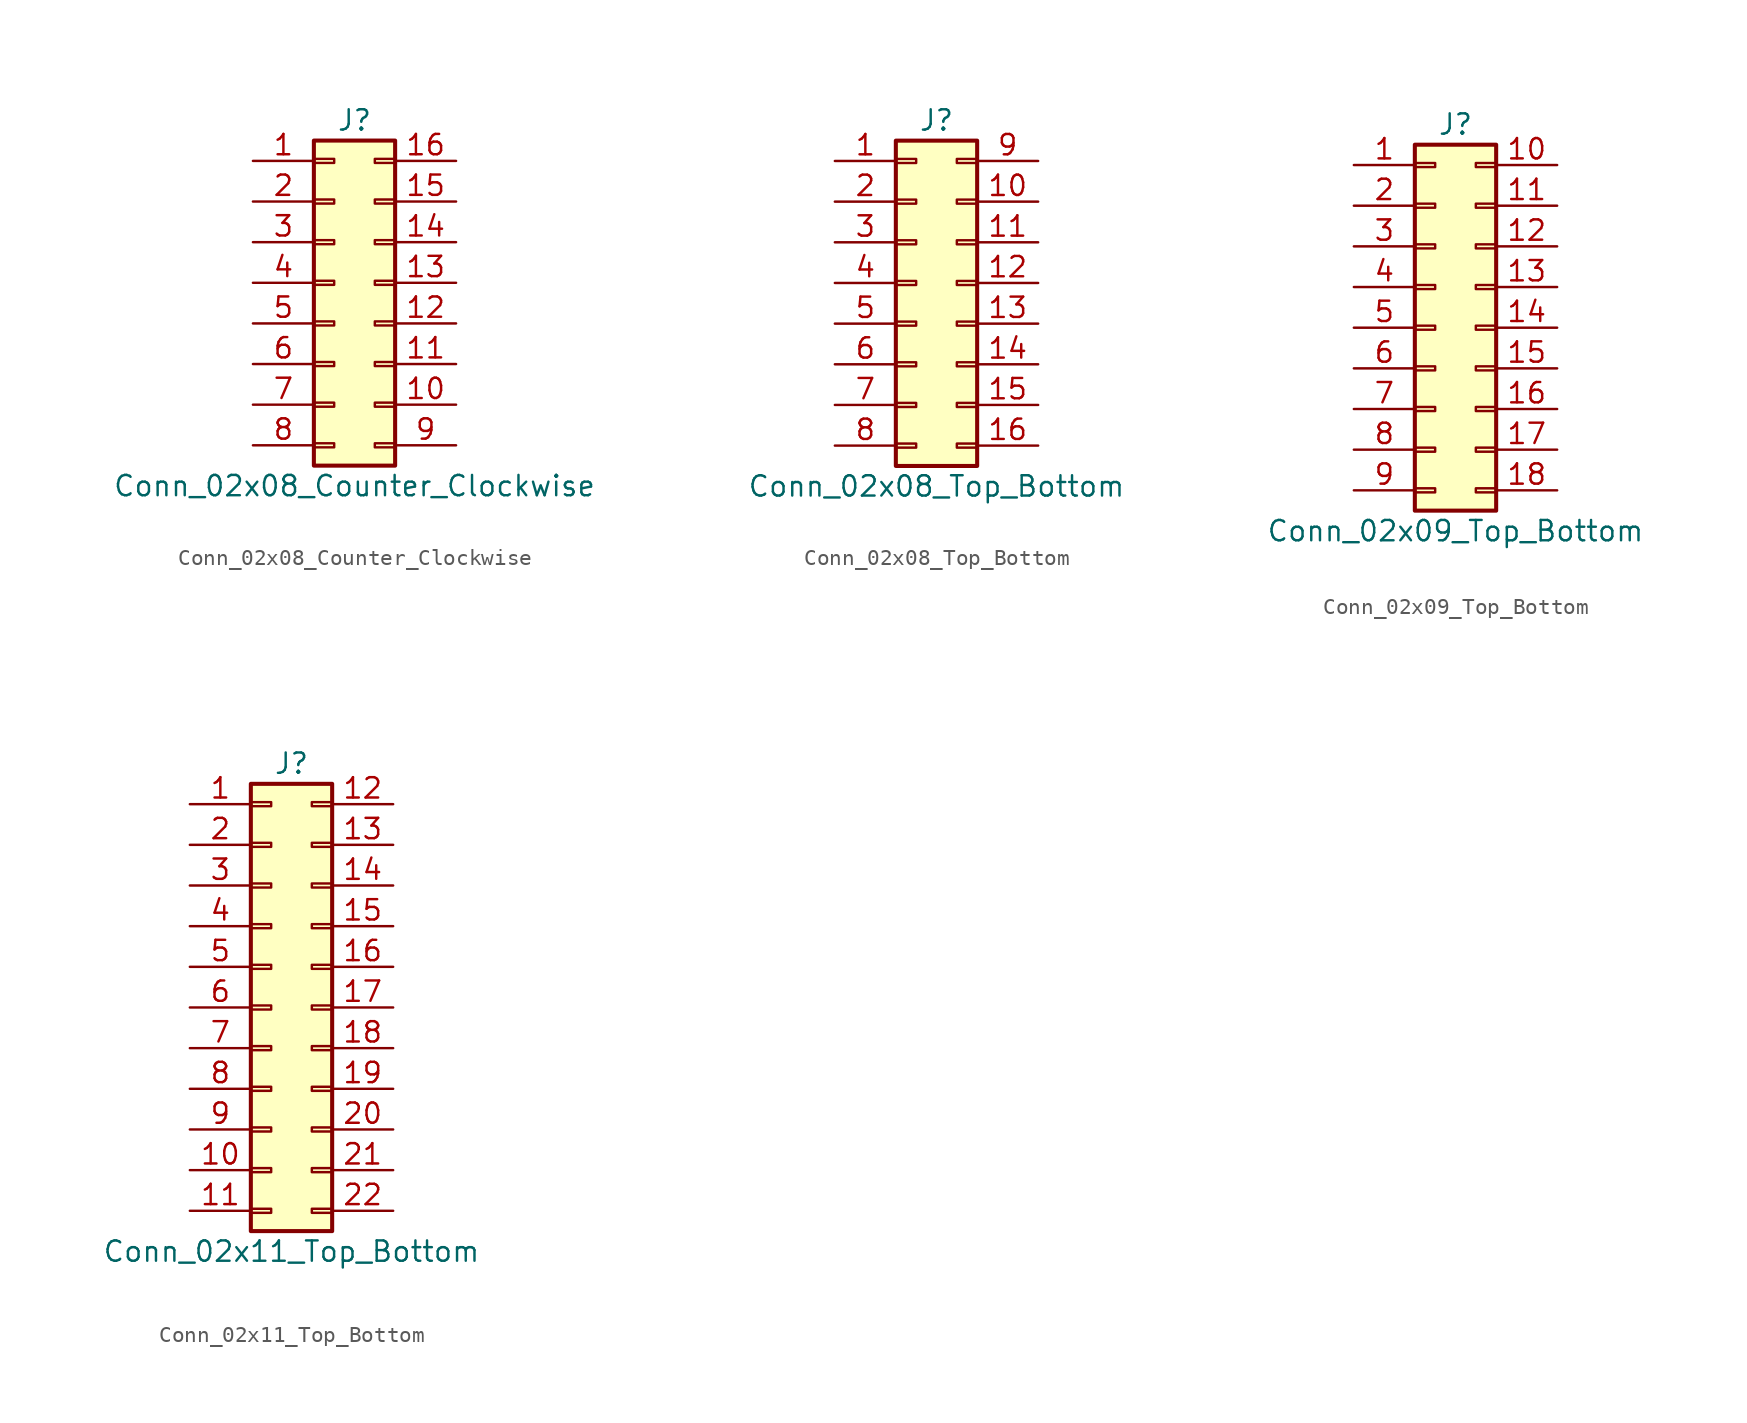
<source format=kicad_sym>
(kicad_symbol_lib
  (version 20211014)
  (generator kicad_symbol_editor)
  (symbol "Conn_02x08_Counter_Clockwise"
    (pin_names
      (offset 1.016) hide)
    (property "Reference" "J"
      (at 1.27 10.16 0)
      (effects (font (size 1.27 1.27))))
    (property "Value" "Conn_02x08_Counter_Clockwise"
      (at 1.27 -12.7 0)
      (effects (font (size 1.27 1.27))))
    (symbol "Conn_02x08_Counter_Clockwise_1_1"
      (rectangle (start -1.27 -10.033) (end 0 -10.287) (stroke (width 0.152) (type default) (color 0 0 0 0)) (fill (type none)))
      (rectangle (start -1.27 -7.493) (end 0 -7.747) (stroke (width 0.152) (type default) (color 0 0 0 0)) (fill (type none)))
      (rectangle (start -1.27 -4.953) (end 0 -5.207) (stroke (width 0.152) (type default) (color 0 0 0 0)) (fill (type none)))
      (rectangle (start -1.27 -2.413) (end 0 -2.667) (stroke (width 0.152) (type default) (color 0 0 0 0)) (fill (type none)))
      (rectangle (start -1.27 0.127) (end 0 -0.127) (stroke (width 0.152) (type default) (color 0 0 0 0)) (fill (type none)))
      (rectangle (start -1.27 2.667) (end 0 2.413) (stroke (width 0.152) (type default) (color 0 0 0 0)) (fill (type none)))
      (rectangle (start -1.27 5.207) (end 0 4.953) (stroke (width 0.152) (type default) (color 0 0 0 0)) (fill (type none)))
      (rectangle (start -1.27 7.747) (end 0 7.493) (stroke (width 0.152) (type default) (color 0 0 0 0)) (fill (type none)))
      (rectangle (start -1.27 8.89) (end 3.81 -11.43) (stroke (width 0.254) (type default) (color 0 0 0 0)) (fill (type background)))
      (rectangle (start 3.81 -10.033) (end 2.54 -10.287) (stroke (width 0.152) (type default) (color 0 0 0 0)) (fill (type none)))
      (rectangle (start 3.81 -7.493) (end 2.54 -7.747) (stroke (width 0.152) (type default) (color 0 0 0 0)) (fill (type none)))
      (rectangle (start 3.81 -4.953) (end 2.54 -5.207) (stroke (width 0.152) (type default) (color 0 0 0 0)) (fill (type none)))
      (rectangle (start 3.81 -2.413) (end 2.54 -2.667) (stroke (width 0.152) (type default) (color 0 0 0 0)) (fill (type none)))
      (rectangle (start 3.81 0.127) (end 2.54 -0.127) (stroke (width 0.152) (type default) (color 0 0 0 0)) (fill (type none)))
      (rectangle (start 3.81 2.667) (end 2.54 2.413) (stroke (width 0.152) (type default) (color 0 0 0 0)) (fill (type none)))
      (rectangle (start 3.81 5.207) (end 2.54 4.953) (stroke (width 0.152) (type default) (color 0 0 0 0)) (fill (type none)))
      (rectangle (start 3.81 7.747) (end 2.54 7.493) (stroke (width 0.152) (type default) (color 0 0 0 0)) (fill (type none)))
      (pin passive line (at -5.08 7.62 0) (length 3.81) (name "Pin_1" (effects (font (size 1.27 1.27)))) (number "1" (effects (font (size 1.27 1.27)))))
      (pin passive line (at 7.62 -7.62 180) (length 3.81) (name "Pin_10" (effects (font (size 1.27 1.27)))) (number "10" (effects (font (size 1.27 1.27)))))
      (pin passive line (at 7.62 -5.08 180) (length 3.81) (name "Pin_11" (effects (font (size 1.27 1.27)))) (number "11" (effects (font (size 1.27 1.27)))))
      (pin passive line (at 7.62 -2.54 180) (length 3.81) (name "Pin_12" (effects (font (size 1.27 1.27)))) (number "12" (effects (font (size 1.27 1.27)))))
      (pin passive line (at 7.62 0 180) (length 3.81) (name "Pin_13" (effects (font (size 1.27 1.27)))) (number "13" (effects (font (size 1.27 1.27)))))
      (pin passive line (at 7.62 2.54 180) (length 3.81) (name "Pin_14" (effects (font (size 1.27 1.27)))) (number "14" (effects (font (size 1.27 1.27)))))
      (pin passive line (at 7.62 5.08 180) (length 3.81) (name "Pin_15" (effects (font (size 1.27 1.27)))) (number "15" (effects (font (size 1.27 1.27)))))
      (pin passive line (at 7.62 7.62 180) (length 3.81) (name "Pin_16" (effects (font (size 1.27 1.27)))) (number "16" (effects (font (size 1.27 1.27)))))
      (pin passive line (at -5.08 5.08 0) (length 3.81) (name "Pin_2" (effects (font (size 1.27 1.27)))) (number "2" (effects (font (size 1.27 1.27)))))
      (pin passive line (at -5.08 2.54 0) (length 3.81) (name "Pin_3" (effects (font (size 1.27 1.27)))) (number "3" (effects (font (size 1.27 1.27)))))
      (pin passive line (at -5.08 0 0) (length 3.81) (name "Pin_4" (effects (font (size 1.27 1.27)))) (number "4" (effects (font (size 1.27 1.27)))))
      (pin passive line (at -5.08 -2.54 0) (length 3.81) (name "Pin_5" (effects (font (size 1.27 1.27)))) (number "5" (effects (font (size 1.27 1.27)))))
      (pin passive line (at -5.08 -5.08 0) (length 3.81) (name "Pin_6" (effects (font (size 1.27 1.27)))) (number "6" (effects (font (size 1.27 1.27)))))
      (pin passive line (at -5.08 -7.62 0) (length 3.81) (name "Pin_7" (effects (font (size 1.27 1.27)))) (number "7" (effects (font (size 1.27 1.27)))))
      (pin passive line (at -5.08 -10.16 0) (length 3.81) (name "Pin_8" (effects (font (size 1.27 1.27)))) (number "8" (effects (font (size 1.27 1.27)))))
      (pin passive line (at 7.62 -10.16 180) (length 3.81) (name "Pin_9" (effects (font (size 1.27 1.27)))) (number "9" (effects (font (size 1.27 1.27)))))))
  (symbol "Conn_02x08_Top_Bottom"
    (pin_names
      (offset 1.016) hide)
    (property "Reference" "J"
      (at 1.27 10.16 0)
      (effects (font (size 1.27 1.27))))
    (property "Value" "Conn_02x08_Top_Bottom"
      (at 1.27 -12.7 0)
      (effects (font (size 1.27 1.27))))
    (symbol "Conn_02x08_Top_Bottom_1_1"
      (rectangle (start -1.27 -10.033) (end 0 -10.287) (stroke (width 0.152) (type default) (color 0 0 0 0)) (fill (type none)))
      (rectangle (start -1.27 -7.493) (end 0 -7.747) (stroke (width 0.152) (type default) (color 0 0 0 0)) (fill (type none)))
      (rectangle (start -1.27 -4.953) (end 0 -5.207) (stroke (width 0.152) (type default) (color 0 0 0 0)) (fill (type none)))
      (rectangle (start -1.27 -2.413) (end 0 -2.667) (stroke (width 0.152) (type default) (color 0 0 0 0)) (fill (type none)))
      (rectangle (start -1.27 0.127) (end 0 -0.127) (stroke (width 0.152) (type default) (color 0 0 0 0)) (fill (type none)))
      (rectangle (start -1.27 2.667) (end 0 2.413) (stroke (width 0.152) (type default) (color 0 0 0 0)) (fill (type none)))
      (rectangle (start -1.27 5.207) (end 0 4.953) (stroke (width 0.152) (type default) (color 0 0 0 0)) (fill (type none)))
      (rectangle (start -1.27 7.747) (end 0 7.493) (stroke (width 0.152) (type default) (color 0 0 0 0)) (fill (type none)))
      (rectangle (start -1.27 8.89) (end 3.81 -11.43) (stroke (width 0.254) (type default) (color 0 0 0 0)) (fill (type background)))
      (rectangle (start 3.81 -10.033) (end 2.54 -10.287) (stroke (width 0.152) (type default) (color 0 0 0 0)) (fill (type none)))
      (rectangle (start 3.81 -7.493) (end 2.54 -7.747) (stroke (width 0.152) (type default) (color 0 0 0 0)) (fill (type none)))
      (rectangle (start 3.81 -4.953) (end 2.54 -5.207) (stroke (width 0.152) (type default) (color 0 0 0 0)) (fill (type none)))
      (rectangle (start 3.81 -2.413) (end 2.54 -2.667) (stroke (width 0.152) (type default) (color 0 0 0 0)) (fill (type none)))
      (rectangle (start 3.81 0.127) (end 2.54 -0.127) (stroke (width 0.152) (type default) (color 0 0 0 0)) (fill (type none)))
      (rectangle (start 3.81 2.667) (end 2.54 2.413) (stroke (width 0.152) (type default) (color 0 0 0 0)) (fill (type none)))
      (rectangle (start 3.81 5.207) (end 2.54 4.953) (stroke (width 0.152) (type default) (color 0 0 0 0)) (fill (type none)))
      (rectangle (start 3.81 7.747) (end 2.54 7.493) (stroke (width 0.152) (type default) (color 0 0 0 0)) (fill (type none)))
      (pin passive line (at -5.08 7.62 0) (length 3.81) (name "Pin_1" (effects (font (size 1.27 1.27)))) (number "1" (effects (font (size 1.27 1.27)))))
      (pin passive line (at 7.62 5.08 180) (length 3.81) (name "Pin_10" (effects (font (size 1.27 1.27)))) (number "10" (effects (font (size 1.27 1.27)))))
      (pin passive line (at 7.62 2.54 180) (length 3.81) (name "Pin_11" (effects (font (size 1.27 1.27)))) (number "11" (effects (font (size 1.27 1.27)))))
      (pin passive line (at 7.62 0 180) (length 3.81) (name "Pin_12" (effects (font (size 1.27 1.27)))) (number "12" (effects (font (size 1.27 1.27)))))
      (pin passive line (at 7.62 -2.54 180) (length 3.81) (name "Pin_13" (effects (font (size 1.27 1.27)))) (number "13" (effects (font (size 1.27 1.27)))))
      (pin passive line (at 7.62 -5.08 180) (length 3.81) (name "Pin_14" (effects (font (size 1.27 1.27)))) (number "14" (effects (font (size 1.27 1.27)))))
      (pin passive line (at 7.62 -7.62 180) (length 3.81) (name "Pin_15" (effects (font (size 1.27 1.27)))) (number "15" (effects (font (size 1.27 1.27)))))
      (pin passive line (at 7.62 -10.16 180) (length 3.81) (name "Pin_16" (effects (font (size 1.27 1.27)))) (number "16" (effects (font (size 1.27 1.27)))))
      (pin passive line (at -5.08 5.08 0) (length 3.81) (name "Pin_2" (effects (font (size 1.27 1.27)))) (number "2" (effects (font (size 1.27 1.27)))))
      (pin passive line (at -5.08 2.54 0) (length 3.81) (name "Pin_3" (effects (font (size 1.27 1.27)))) (number "3" (effects (font (size 1.27 1.27)))))
      (pin passive line (at -5.08 0 0) (length 3.81) (name "Pin_4" (effects (font (size 1.27 1.27)))) (number "4" (effects (font (size 1.27 1.27)))))
      (pin passive line (at -5.08 -2.54 0) (length 3.81) (name "Pin_5" (effects (font (size 1.27 1.27)))) (number "5" (effects (font (size 1.27 1.27)))))
      (pin passive line (at -5.08 -5.08 0) (length 3.81) (name "Pin_6" (effects (font (size 1.27 1.27)))) (number "6" (effects (font (size 1.27 1.27)))))
      (pin passive line (at -5.08 -7.62 0) (length 3.81) (name "Pin_7" (effects (font (size 1.27 1.27)))) (number "7" (effects (font (size 1.27 1.27)))))
      (pin passive line (at -5.08 -10.16 0) (length 3.81) (name "Pin_8" (effects (font (size 1.27 1.27)))) (number "8" (effects (font (size 1.27 1.27)))))
      (pin passive line (at 7.62 7.62 180) (length 3.81) (name "Pin_9" (effects (font (size 1.27 1.27)))) (number "9" (effects (font (size 1.27 1.27)))))))
  (symbol "Conn_02x09_Top_Bottom"
    (pin_names
      (offset 1.016) hide)
    (property "Reference" "J"
      (at 1.27 12.7 0)
      (effects (font (size 1.27 1.27))))
    (property "Value" "Conn_02x09_Top_Bottom"
      (at 1.27 -12.7 0)
      (effects (font (size 1.27 1.27))))
    (symbol "Conn_02x09_Top_Bottom_1_1"
      (rectangle (start -1.27 -10.033) (end 0 -10.287) (stroke (width 0.152) (type default) (color 0 0 0 0)) (fill (type none)))
      (rectangle (start -1.27 -7.493) (end 0 -7.747) (stroke (width 0.152) (type default) (color 0 0 0 0)) (fill (type none)))
      (rectangle (start -1.27 -4.953) (end 0 -5.207) (stroke (width 0.152) (type default) (color 0 0 0 0)) (fill (type none)))
      (rectangle (start -1.27 -2.413) (end 0 -2.667) (stroke (width 0.152) (type default) (color 0 0 0 0)) (fill (type none)))
      (rectangle (start -1.27 0.127) (end 0 -0.127) (stroke (width 0.152) (type default) (color 0 0 0 0)) (fill (type none)))
      (rectangle (start -1.27 2.667) (end 0 2.413) (stroke (width 0.152) (type default) (color 0 0 0 0)) (fill (type none)))
      (rectangle (start -1.27 5.207) (end 0 4.953) (stroke (width 0.152) (type default) (color 0 0 0 0)) (fill (type none)))
      (rectangle (start -1.27 7.747) (end 0 7.493) (stroke (width 0.152) (type default) (color 0 0 0 0)) (fill (type none)))
      (rectangle (start -1.27 10.287) (end 0 10.033) (stroke (width 0.152) (type default) (color 0 0 0 0)) (fill (type none)))
      (rectangle (start -1.27 11.43) (end 3.81 -11.43) (stroke (width 0.254) (type default) (color 0 0 0 0)) (fill (type background)))
      (rectangle (start 3.81 -10.033) (end 2.54 -10.287) (stroke (width 0.152) (type default) (color 0 0 0 0)) (fill (type none)))
      (rectangle (start 3.81 -7.493) (end 2.54 -7.747) (stroke (width 0.152) (type default) (color 0 0 0 0)) (fill (type none)))
      (rectangle (start 3.81 -4.953) (end 2.54 -5.207) (stroke (width 0.152) (type default) (color 0 0 0 0)) (fill (type none)))
      (rectangle (start 3.81 -2.413) (end 2.54 -2.667) (stroke (width 0.152) (type default) (color 0 0 0 0)) (fill (type none)))
      (rectangle (start 3.81 0.127) (end 2.54 -0.127) (stroke (width 0.152) (type default) (color 0 0 0 0)) (fill (type none)))
      (rectangle (start 3.81 2.667) (end 2.54 2.413) (stroke (width 0.152) (type default) (color 0 0 0 0)) (fill (type none)))
      (rectangle (start 3.81 5.207) (end 2.54 4.953) (stroke (width 0.152) (type default) (color 0 0 0 0)) (fill (type none)))
      (rectangle (start 3.81 7.747) (end 2.54 7.493) (stroke (width 0.152) (type default) (color 0 0 0 0)) (fill (type none)))
      (rectangle (start 3.81 10.287) (end 2.54 10.033) (stroke (width 0.152) (type default) (color 0 0 0 0)) (fill (type none)))
      (pin passive line (at -5.08 10.16 0) (length 3.81) (name "Pin_1" (effects (font (size 1.27 1.27)))) (number "1" (effects (font (size 1.27 1.27)))))
      (pin passive line (at 7.62 10.16 180) (length 3.81) (name "Pin_10" (effects (font (size 1.27 1.27)))) (number "10" (effects (font (size 1.27 1.27)))))
      (pin passive line (at 7.62 7.62 180) (length 3.81) (name "Pin_11" (effects (font (size 1.27 1.27)))) (number "11" (effects (font (size 1.27 1.27)))))
      (pin passive line (at 7.62 5.08 180) (length 3.81) (name "Pin_12" (effects (font (size 1.27 1.27)))) (number "12" (effects (font (size 1.27 1.27)))))
      (pin passive line (at 7.62 2.54 180) (length 3.81) (name "Pin_13" (effects (font (size 1.27 1.27)))) (number "13" (effects (font (size 1.27 1.27)))))
      (pin passive line (at 7.62 0 180) (length 3.81) (name "Pin_14" (effects (font (size 1.27 1.27)))) (number "14" (effects (font (size 1.27 1.27)))))
      (pin passive line (at 7.62 -2.54 180) (length 3.81) (name "Pin_15" (effects (font (size 1.27 1.27)))) (number "15" (effects (font (size 1.27 1.27)))))
      (pin passive line (at 7.62 -5.08 180) (length 3.81) (name "Pin_16" (effects (font (size 1.27 1.27)))) (number "16" (effects (font (size 1.27 1.27)))))
      (pin passive line (at 7.62 -7.62 180) (length 3.81) (name "Pin_17" (effects (font (size 1.27 1.27)))) (number "17" (effects (font (size 1.27 1.27)))))
      (pin passive line (at 7.62 -10.16 180) (length 3.81) (name "Pin_18" (effects (font (size 1.27 1.27)))) (number "18" (effects (font (size 1.27 1.27)))))
      (pin passive line (at -5.08 7.62 0) (length 3.81) (name "Pin_2" (effects (font (size 1.27 1.27)))) (number "2" (effects (font (size 1.27 1.27)))))
      (pin passive line (at -5.08 5.08 0) (length 3.81) (name "Pin_3" (effects (font (size 1.27 1.27)))) (number "3" (effects (font (size 1.27 1.27)))))
      (pin passive line (at -5.08 2.54 0) (length 3.81) (name "Pin_4" (effects (font (size 1.27 1.27)))) (number "4" (effects (font (size 1.27 1.27)))))
      (pin passive line (at -5.08 0 0) (length 3.81) (name "Pin_5" (effects (font (size 1.27 1.27)))) (number "5" (effects (font (size 1.27 1.27)))))
      (pin passive line (at -5.08 -2.54 0) (length 3.81) (name "Pin_6" (effects (font (size 1.27 1.27)))) (number "6" (effects (font (size 1.27 1.27)))))
      (pin passive line (at -5.08 -5.08 0) (length 3.81) (name "Pin_7" (effects (font (size 1.27 1.27)))) (number "7" (effects (font (size 1.27 1.27)))))
      (pin passive line (at -5.08 -7.62 0) (length 3.81) (name "Pin_8" (effects (font (size 1.27 1.27)))) (number "8" (effects (font (size 1.27 1.27)))))
      (pin passive line (at -5.08 -10.16 0) (length 3.81) (name "Pin_9" (effects (font (size 1.27 1.27)))) (number "9" (effects (font (size 1.27 1.27)))))))
  (symbol "Conn_02x11_Top_Bottom"
    (pin_names
      (offset 1.016) hide)
    (property "Reference" "J"
      (at 1.27 15.24 0)
      (effects (font (size 1.27 1.27))))
    (property "Value" "Conn_02x11_Top_Bottom"
      (at 1.27 -15.24 0)
      (effects (font (size 1.27 1.27))))
    (symbol "Conn_02x11_Top_Bottom_1_1"
      (rectangle (start -1.27 -12.573) (end 0 -12.827) (stroke (width 0.152) (type default) (color 0 0 0 0)) (fill (type none)))
      (rectangle (start -1.27 -10.033) (end 0 -10.287) (stroke (width 0.152) (type default) (color 0 0 0 0)) (fill (type none)))
      (rectangle (start -1.27 -7.493) (end 0 -7.747) (stroke (width 0.152) (type default) (color 0 0 0 0)) (fill (type none)))
      (rectangle (start -1.27 -4.953) (end 0 -5.207) (stroke (width 0.152) (type default) (color 0 0 0 0)) (fill (type none)))
      (rectangle (start -1.27 -2.413) (end 0 -2.667) (stroke (width 0.152) (type default) (color 0 0 0 0)) (fill (type none)))
      (rectangle (start -1.27 0.127) (end 0 -0.127) (stroke (width 0.152) (type default) (color 0 0 0 0)) (fill (type none)))
      (rectangle (start -1.27 2.667) (end 0 2.413) (stroke (width 0.152) (type default) (color 0 0 0 0)) (fill (type none)))
      (rectangle (start -1.27 5.207) (end 0 4.953) (stroke (width 0.152) (type default) (color 0 0 0 0)) (fill (type none)))
      (rectangle (start -1.27 7.747) (end 0 7.493) (stroke (width 0.152) (type default) (color 0 0 0 0)) (fill (type none)))
      (rectangle (start -1.27 10.287) (end 0 10.033) (stroke (width 0.152) (type default) (color 0 0 0 0)) (fill (type none)))
      (rectangle (start -1.27 12.827) (end 0 12.573) (stroke (width 0.152) (type default) (color 0 0 0 0)) (fill (type none)))
      (rectangle (start -1.27 13.97) (end 3.81 -13.97) (stroke (width 0.254) (type default) (color 0 0 0 0)) (fill (type background)))
      (rectangle (start 3.81 -12.573) (end 2.54 -12.827) (stroke (width 0.152) (type default) (color 0 0 0 0)) (fill (type none)))
      (rectangle (start 3.81 -10.033) (end 2.54 -10.287) (stroke (width 0.152) (type default) (color 0 0 0 0)) (fill (type none)))
      (rectangle (start 3.81 -7.493) (end 2.54 -7.747) (stroke (width 0.152) (type default) (color 0 0 0 0)) (fill (type none)))
      (rectangle (start 3.81 -4.953) (end 2.54 -5.207) (stroke (width 0.152) (type default) (color 0 0 0 0)) (fill (type none)))
      (rectangle (start 3.81 -2.413) (end 2.54 -2.667) (stroke (width 0.152) (type default) (color 0 0 0 0)) (fill (type none)))
      (rectangle (start 3.81 0.127) (end 2.54 -0.127) (stroke (width 0.152) (type default) (color 0 0 0 0)) (fill (type none)))
      (rectangle (start 3.81 2.667) (end 2.54 2.413) (stroke (width 0.152) (type default) (color 0 0 0 0)) (fill (type none)))
      (rectangle (start 3.81 5.207) (end 2.54 4.953) (stroke (width 0.152) (type default) (color 0 0 0 0)) (fill (type none)))
      (rectangle (start 3.81 7.747) (end 2.54 7.493) (stroke (width 0.152) (type default) (color 0 0 0 0)) (fill (type none)))
      (rectangle (start 3.81 10.287) (end 2.54 10.033) (stroke (width 0.152) (type default) (color 0 0 0 0)) (fill (type none)))
      (rectangle (start 3.81 12.827) (end 2.54 12.573) (stroke (width 0.152) (type default) (color 0 0 0 0)) (fill (type none)))
      (pin passive line (at -5.08 12.7 0) (length 3.81) (name "Pin_1" (effects (font (size 1.27 1.27)))) (number "1" (effects (font (size 1.27 1.27)))))
      (pin passive line (at -5.08 -10.16 0) (length 3.81) (name "Pin_10" (effects (font (size 1.27 1.27)))) (number "10" (effects (font (size 1.27 1.27)))))
      (pin passive line (at -5.08 -12.7 0) (length 3.81) (name "Pin_11" (effects (font (size 1.27 1.27)))) (number "11" (effects (font (size 1.27 1.27)))))
      (pin passive line (at 7.62 12.7 180) (length 3.81) (name "Pin_12" (effects (font (size 1.27 1.27)))) (number "12" (effects (font (size 1.27 1.27)))))
      (pin passive line (at 7.62 10.16 180) (length 3.81) (name "Pin_13" (effects (font (size 1.27 1.27)))) (number "13" (effects (font (size 1.27 1.27)))))
      (pin passive line (at 7.62 7.62 180) (length 3.81) (name "Pin_14" (effects (font (size 1.27 1.27)))) (number "14" (effects (font (size 1.27 1.27)))))
      (pin passive line (at 7.62 5.08 180) (length 3.81) (name "Pin_15" (effects (font (size 1.27 1.27)))) (number "15" (effects (font (size 1.27 1.27)))))
      (pin passive line (at 7.62 2.54 180) (length 3.81) (name "Pin_16" (effects (font (size 1.27 1.27)))) (number "16" (effects (font (size 1.27 1.27)))))
      (pin passive line (at 7.62 0 180) (length 3.81) (name "Pin_17" (effects (font (size 1.27 1.27)))) (number "17" (effects (font (size 1.27 1.27)))))
      (pin passive line (at 7.62 -2.54 180) (length 3.81) (name "Pin_18" (effects (font (size 1.27 1.27)))) (number "18" (effects (font (size 1.27 1.27)))))
      (pin passive line (at 7.62 -5.08 180) (length 3.81) (name "Pin_19" (effects (font (size 1.27 1.27)))) (number "19" (effects (font (size 1.27 1.27)))))
      (pin passive line (at -5.08 10.16 0) (length 3.81) (name "Pin_2" (effects (font (size 1.27 1.27)))) (number "2" (effects (font (size 1.27 1.27)))))
      (pin passive line (at 7.62 -7.62 180) (length 3.81) (name "Pin_20" (effects (font (size 1.27 1.27)))) (number "20" (effects (font (size 1.27 1.27)))))
      (pin passive line (at 7.62 -10.16 180) (length 3.81) (name "Pin_21" (effects (font (size 1.27 1.27)))) (number "21" (effects (font (size 1.27 1.27)))))
      (pin passive line (at 7.62 -12.7 180) (length 3.81) (name "Pin_22" (effects (font (size 1.27 1.27)))) (number "22" (effects (font (size 1.27 1.27)))))
      (pin passive line (at -5.08 7.62 0) (length 3.81) (name "Pin_3" (effects (font (size 1.27 1.27)))) (number "3" (effects (font (size 1.27 1.27)))))
      (pin passive line (at -5.08 5.08 0) (length 3.81) (name "Pin_4" (effects (font (size 1.27 1.27)))) (number "4" (effects (font (size 1.27 1.27)))))
      (pin passive line (at -5.08 2.54 0) (length 3.81) (name "Pin_5" (effects (font (size 1.27 1.27)))) (number "5" (effects (font (size 1.27 1.27)))))
      (pin passive line (at -5.08 0 0) (length 3.81) (name "Pin_6" (effects (font (size 1.27 1.27)))) (number "6" (effects (font (size 1.27 1.27)))))
      (pin passive line (at -5.08 -2.54 0) (length 3.81) (name "Pin_7" (effects (font (size 1.27 1.27)))) (number "7" (effects (font (size 1.27 1.27)))))
      (pin passive line (at -5.08 -5.08 0) (length 3.81) (name "Pin_8" (effects (font (size 1.27 1.27)))) (number "8" (effects (font (size 1.27 1.27)))))
      (pin passive line (at -5.08 -7.62 0) (length 3.81) (name "Pin_9" (effects (font (size 1.27 1.27)))) (number "9" (effects (font (size 1.27 1.27))))))))
</source>
